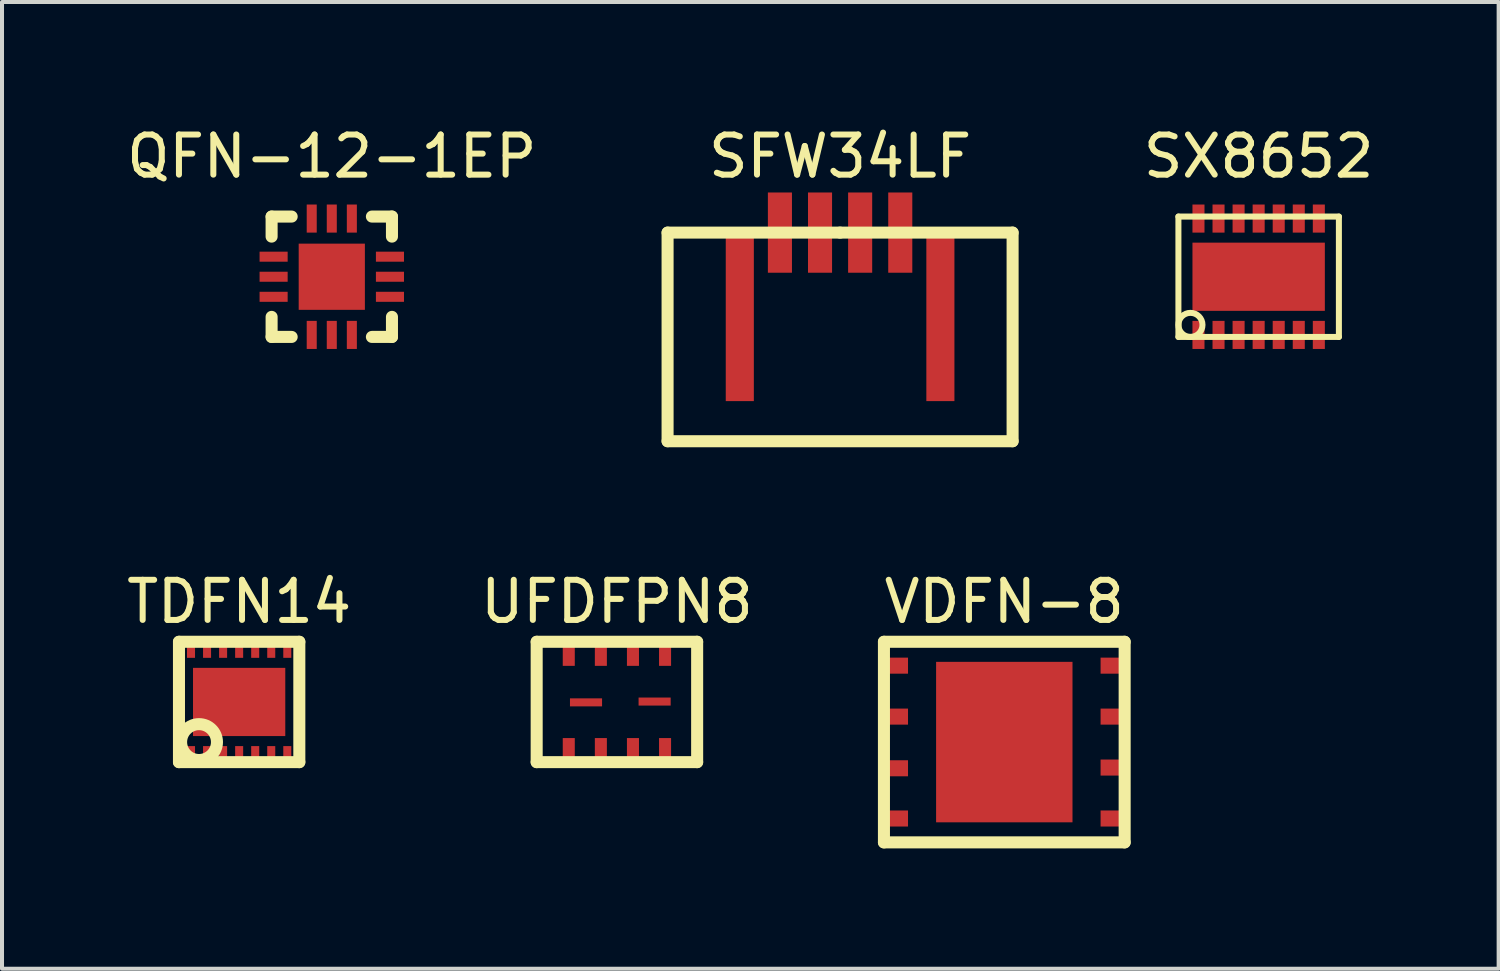
<source format=kicad_pcb>
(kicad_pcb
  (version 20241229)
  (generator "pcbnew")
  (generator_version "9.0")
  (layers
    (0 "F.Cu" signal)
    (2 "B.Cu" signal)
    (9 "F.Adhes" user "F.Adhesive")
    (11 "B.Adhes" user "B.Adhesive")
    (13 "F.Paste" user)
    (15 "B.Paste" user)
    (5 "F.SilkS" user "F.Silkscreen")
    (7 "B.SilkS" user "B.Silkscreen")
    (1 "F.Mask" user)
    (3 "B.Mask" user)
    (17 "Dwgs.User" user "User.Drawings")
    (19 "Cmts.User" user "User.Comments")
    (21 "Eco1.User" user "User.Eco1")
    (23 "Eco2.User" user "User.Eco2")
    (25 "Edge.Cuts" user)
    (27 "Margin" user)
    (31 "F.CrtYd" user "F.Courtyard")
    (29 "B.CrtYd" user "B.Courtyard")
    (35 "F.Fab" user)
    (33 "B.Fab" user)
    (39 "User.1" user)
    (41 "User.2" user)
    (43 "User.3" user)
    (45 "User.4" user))
  (footprint "SFW34LF"
    (layer "F.Cu")
    (at 17.89 5.348)
    (property "Reference" "SFW34LF" (at 0 -4.5 0) (layer "F.SilkS") (effects (font (size 1 1) (thickness 0.15))))
    (attr through_hole)
    (fp_line (start -4.3 -2.6) (end -4.3 2.6) (stroke (width 0.3) (type solid)) (layer "F.SilkS"))
    (fp_line (start -4.3 2.6) (end 4.3 2.6) (stroke (width 0.3) (type solid)) (layer "F.SilkS"))
    (fp_line (start 0 -2.6) (end -4.3 -2.6) (stroke (width 0.3) (type solid)) (layer "F.SilkS"))
    (fp_line (start 4.3 -2.6) (end 0 -2.6) (stroke (width 0.3) (type solid)) (layer "F.SilkS"))
    (fp_line (start 4.3 2.6) (end 4.3 -2.6) (stroke (width 0.3) (type solid)) (layer "F.SilkS"))
    (pad "" smd rect (at -2.5 -0.5) (size 0.7 4.2) (layers "F.Cu" "F.Mask" "F.Paste"))
    (pad "" smd rect (at 2.5 -0.5) (size 0.7 4.2) (layers "F.Cu" "F.Mask" "F.Paste"))
    (pad "1" smd rect (at 1.5 -2.6) (size 0.6 2) (layers "F.Cu" "F.Mask" "F.Paste"))
    (pad "2" smd rect (at 0.5 -2.6) (size 0.6 2) (layers "F.Cu" "F.Mask" "F.Paste"))
    (pad "3" smd rect (at -0.5 -2.6) (size 0.6 2) (layers "F.Cu" "F.Mask" "F.Paste"))
    (pad "4" smd rect (at -1.5 -2.6) (size 0.6 2) (layers "F.Cu" "F.Mask" "F.Paste")))
  (footprint "QFN-12-1EP"
    (layer "F.Cu")
    (at 5.22 3.848)
    (property "Reference" "QFN-12-1EP" (at 0 -3 0) (layer "F.SilkS") (effects (font (size 1 1) (thickness 0.15))))
    (attr through_hole)
    (fp_line (start -1.5 -1.5) (end -1.5 -1) (stroke (width 0.3) (type solid)) (layer "F.SilkS"))
    (fp_line (start -1.5 1) (end -1.5 1.5) (stroke (width 0.3) (type solid)) (layer "F.SilkS"))
    (fp_line (start -1.5 1.5) (end -1 1.5) (stroke (width 0.3) (type solid)) (layer "F.SilkS"))
    (fp_line (start -1 -1.5) (end -1.5 -1.5) (stroke (width 0.3) (type solid)) (layer "F.SilkS"))
    (fp_line (start 1 1.5) (end 1.5 1.5) (stroke (width 0.3) (type solid)) (layer "F.SilkS"))
    (fp_line (start 1.5 -1.5) (end 1 -1.5) (stroke (width 0.3) (type solid)) (layer "F.SilkS"))
    (fp_line (start 1.5 -1) (end 1.5 -1.5) (stroke (width 0.3) (type solid)) (layer "F.SilkS"))
    (fp_line (start 1.5 1.5) (end 1.5 1) (stroke (width 0.3) (type solid)) (layer "F.SilkS"))
    (pad "1" smd rect (at -1.45 -0.5) (size 0.7 0.25) (layers "F.Cu" "F.Mask" "F.Paste"))
    (pad "2" smd rect (at -1.45 0) (size 0.7 0.25) (layers "F.Cu" "F.Mask" "F.Paste"))
    (pad "3" smd rect (at -1.45 0.5) (size 0.7 0.25) (layers "F.Cu" "F.Mask" "F.Paste"))
    (pad "4" smd rect (at -0.5 1.45) (size 0.25 0.7) (layers "F.Cu" "F.Mask" "F.Paste"))
    (pad "5" smd rect (at 0 1.45) (size 0.25 0.7) (layers "F.Cu" "F.Mask" "F.Paste"))
    (pad "6" smd rect (at 0.5 1.45) (size 0.25 0.7) (layers "F.Cu" "F.Mask" "F.Paste"))
    (pad "7" smd rect (at 1.45 0.5) (size 0.7 0.25) (layers "F.Cu" "F.Mask" "F.Paste"))
    (pad "8" smd rect (at 1.45 0) (size 0.7 0.25) (layers "F.Cu" "F.Mask" "F.Paste"))
    (pad "9" smd rect (at 1.45 -0.5) (size 0.7 0.25) (layers "F.Cu" "F.Mask" "F.Paste"))
    (pad "10" smd rect (at 0.5 -1.45) (size 0.25 0.7) (layers "F.Cu" "F.Mask" "F.Paste"))
    (pad "11" smd rect (at 0 -1.45) (size 0.25 0.7) (layers "F.Cu" "F.Mask" "F.Paste"))
    (pad "12" smd rect (at -0.5 -1.45) (size 0.25 0.7) (layers "F.Cu" "F.Mask" "F.Paste"))
    (pad "13" smd rect (at 0 0) (size 1.65 1.65) (layers "F.Cu" "F.Mask" "F.Paste")))
  (footprint "TDFN14"
    (layer "F.Cu")
    (at 2.911 14.447)
    (property "Reference" "TDFN14" (at 0 -2.5 0) (layer "F.SilkS") (effects (font (size 1 1) (thickness 0.15))))
    (attr through_hole)
    (fp_line (start -1.5 -1.5) (end -1.5 1.5) (stroke (width 0.3) (type solid)) (layer "F.SilkS"))
    (fp_line (start -1.5 1.5) (end 1.5 1.5) (stroke (width 0.3) (type solid)) (layer "F.SilkS"))
    (fp_line (start 1.5 -1.5) (end -1.5 -1.5) (stroke (width 0.3) (type solid)) (layer "F.SilkS"))
    (fp_line (start 1.5 1.5) (end 1.5 -1.5) (stroke (width 0.3) (type solid)) (layer "F.SilkS"))
    (fp_circle (center -1 1) (end -0.6 0.8) (stroke (width 0.3) (type solid)) (fill no) (layer "F.SilkS"))
    (pad "1" smd rect (at -1.2 1.3) (size 0.2 0.4) (layers "F.Cu" "F.Mask" "F.Paste"))
    (pad "2" smd rect (at -0.8 1.3) (size 0.2 0.4) (layers "F.Cu" "F.Mask" "F.Paste"))
    (pad "3" smd rect (at -0.4 1.3) (size 0.2 0.4) (layers "F.Cu" "F.Mask" "F.Paste"))
    (pad "4" smd rect (at 0 1.3) (size 0.2 0.4) (layers "F.Cu" "F.Mask" "F.Paste"))
    (pad "5" smd rect (at 0.4 1.3) (size 0.2 0.4) (layers "F.Cu" "F.Mask" "F.Paste"))
    (pad "6" smd rect (at 0.8 1.3) (size 0.2 0.4) (layers "F.Cu" "F.Mask" "F.Paste"))
    (pad "7" smd rect (at 1.2 1.3) (size 0.2 0.4) (layers "F.Cu" "F.Mask" "F.Paste"))
    (pad "8" smd rect (at 1.2 -1.3) (size 0.2 0.4) (layers "F.Cu" "F.Mask" "F.Paste"))
    (pad "9" smd rect (at 0.8 -1.3) (size 0.2 0.4) (layers "F.Cu" "F.Mask" "F.Paste"))
    (pad "10" smd rect (at 0.4 -1.3) (size 0.2 0.4) (layers "F.Cu" "F.Mask" "F.Paste"))
    (pad "11" smd rect (at 0 -1.3) (size 0.2 0.4) (layers "F.Cu" "F.Mask" "F.Paste"))
    (pad "12" smd rect (at -0.4 -1.3) (size 0.2 0.4) (layers "F.Cu" "F.Mask" "F.Paste"))
    (pad "13" smd rect (at -0.8 -1.3) (size 0.2 0.4) (layers "F.Cu" "F.Mask" "F.Paste"))
    (pad "14" smd rect (at -1.2 -1.3) (size 0.2 0.4) (layers "F.Cu" "F.Mask" "F.Paste"))
    (pad "15" smd rect (at 0 0) (size 2.3 1.7) (layers "F.Cu" "F.Mask" "F.Paste")))
  (footprint "UFDFPN8"
    (layer "F.Cu")
    (at 12.327 14.447)
    (property "Reference" "UFDFPN8" (at 0 -2.5 0) (layer "F.SilkS") (effects (font (size 1 1) (thickness 0.15))))
    (attr through_hole)
    (fp_line (start -2 -1.5) (end -2 1.5) (stroke (width 0.3) (type solid)) (layer "F.SilkS"))
    (fp_line (start -2 1.5) (end 2 1.5) (stroke (width 0.3) (type solid)) (layer "F.SilkS"))
    (fp_line (start 2 -1.5) (end -2 -1.5) (stroke (width 0.3) (type solid)) (layer "F.SilkS"))
    (fp_line (start 2 1.5) (end 2 -1.5) (stroke (width 0.3) (type solid)) (layer "F.SilkS"))
    (pad "1" smd rect (at -1.2 1.2) (size 0.3 0.6) (layers "F.Cu" "F.Mask" "F.Paste"))
    (pad "2" smd rect (at -0.4 1.2) (size 0.3 0.6) (layers "F.Cu" "F.Mask" "F.Paste"))
    (pad "3" smd rect (at 0.4 1.2) (size 0.3 0.6) (layers "F.Cu" "F.Mask" "F.Paste"))
    (pad "4" smd rect (at 1.2 1.2) (size 0.3 0.6) (layers "F.Cu" "F.Mask" "F.Paste"))
    (pad "5" smd rect (at 1.2 -1.2) (size 0.3 0.6) (layers "F.Cu" "F.Mask" "F.Paste"))
    (pad "6" smd rect (at 0.4 -1.2) (size 0.3 0.6) (layers "F.Cu" "F.Mask" "F.Paste"))
    (pad "7" smd rect (at -0.4 -1.2) (size 0.3 0.6) (layers "F.Cu" "F.Mask" "F.Paste"))
    (pad "8" smd rect (at -1.2 -1.2) (size 0.3 0.6) (layers "F.Cu" "F.Mask" "F.Paste"))
    (pad "9" smd rect (at -0.77 0.01) (size 0.8 0.2) (layers "F.Cu" "F.Mask" "F.Paste"))
    (pad "9" smd rect (at 0.94 -0.01) (size 0.8 0.2) (layers "F.Cu" "F.Mask" "F.Paste")))
  (footprint "SX8652"
    (layer "F.Cu")
    (at 28.323 3.848)
    (property "Reference" "SX8652" (at 0 -3 0) (layer "F.SilkS") (effects (font (size 1 1) (thickness 0.15))))
    (attr through_hole)
    (fp_line (start -2 -1.5) (end -2 1.5) (stroke (width 0.15) (type solid)) (layer "F.SilkS"))
    (fp_line (start -2 1.5) (end 2 1.5) (stroke (width 0.15) (type solid)) (layer "F.SilkS"))
    (fp_line (start 2 -1.5) (end -2 -1.5) (stroke (width 0.15) (type solid)) (layer "F.SilkS"))
    (fp_line (start 2 1.5) (end 2 -1.5) (stroke (width 0.15) (type solid)) (layer "F.SilkS"))
    (fp_circle (center -1.7 1.2) (end -1.4 1.2) (stroke (width 0.15) (type solid)) (fill no) (layer "F.SilkS"))
    (pad "1" smd rect (at -1.5 1.45) (size 0.3 0.7) (layers "F.Cu" "F.Mask" "F.Paste"))
    (pad "2" smd rect (at -1 1.45) (size 0.3 0.7) (layers "F.Cu" "F.Mask" "F.Paste"))
    (pad "3" smd rect (at -0.5 1.45) (size 0.3 0.7) (layers "F.Cu" "F.Mask" "F.Paste"))
    (pad "4" smd rect (at 0 1.45) (size 0.3 0.7) (layers "F.Cu" "F.Mask" "F.Paste"))
    (pad "5" smd rect (at 0.5 1.45) (size 0.3 0.7) (layers "F.Cu" "F.Mask" "F.Paste"))
    (pad "6" smd rect (at 1 1.45) (size 0.3 0.7) (layers "F.Cu" "F.Mask" "F.Paste"))
    (pad "7" smd rect (at 1.5 1.45) (size 0.3 0.7) (layers "F.Cu" "F.Mask" "F.Paste"))
    (pad "8" smd rect (at 1.5 -1.45) (size 0.3 0.7) (layers "F.Cu" "F.Mask" "F.Paste"))
    (pad "9" smd rect (at 1 -1.45) (size 0.3 0.7) (layers "F.Cu" "F.Mask" "F.Paste"))
    (pad "10" smd rect (at 0.5 -1.45) (size 0.3 0.7) (layers "F.Cu" "F.Mask" "F.Paste"))
    (pad "11" smd rect (at 0 -1.45) (size 0.3 0.7) (layers "F.Cu" "F.Mask" "F.Paste"))
    (pad "12" smd rect (at -0.5 -1.45) (size 0.3 0.7) (layers "F.Cu" "F.Mask" "F.Paste"))
    (pad "13" smd rect (at -1 -1.45) (size 0.3 0.7) (layers "F.Cu" "F.Mask" "F.Paste"))
    (pad "14" smd rect (at -1.5 -1.45) (size 0.3 0.7) (layers "F.Cu" "F.Mask" "F.Paste"))
    (pad "15" smd rect (at 0 0) (size 3.3 1.7) (layers "F.Cu" "F.Mask" "F.Paste")))
  (footprint "VDFN-8"
    (layer "F.Cu")
    (at 21.983 15.447)
    (property "Reference" "VDFN-8" (at 0 -3.5 0) (layer "F.SilkS") (effects (font (size 1 1) (thickness 0.15))))
    (attr through_hole)
    (fp_line (start -3 -2.5) (end -3 2.5) (stroke (width 0.3) (type solid)) (layer "F.SilkS"))
    (fp_line (start -3 2.5) (end 3 2.5) (stroke (width 0.3) (type solid)) (layer "F.SilkS"))
    (fp_line (start 3 -2.5) (end -3 -2.5) (stroke (width 0.3) (type solid)) (layer "F.SilkS"))
    (fp_line (start 3 2.5) (end 3 -2.5) (stroke (width 0.3) (type solid)) (layer "F.SilkS"))
    (pad "1" smd rect (at -2.7 -1.905) (size 0.6 0.4) (layers "F.Cu" "F.Mask" "F.Paste"))
    (pad "2" smd rect (at -2.7 -0.635) (size 0.6 0.4) (layers "F.Cu" "F.Mask" "F.Paste"))
    (pad "3" smd rect (at -2.7 0.653) (size 0.6 0.4) (layers "F.Cu" "F.Mask" "F.Paste"))
    (pad "4" smd rect (at -2.7 1.905) (size 0.6 0.4) (layers "F.Cu" "F.Mask" "F.Paste"))
    (pad "5" smd rect (at 2.7 1.905) (size 0.6 0.4) (layers "F.Cu" "F.Mask" "F.Paste"))
    (pad "6" smd rect (at 2.7 0.635) (size 0.6 0.4) (layers "F.Cu" "F.Mask" "F.Paste"))
    (pad "7" smd rect (at 2.7 -0.635) (size 0.6 0.4) (layers "F.Cu" "F.Mask" "F.Paste"))
    (pad "8" smd rect (at 2.7 -1.905) (size 0.6 0.4) (layers "F.Cu" "F.Mask" "F.Paste"))
    (pad "9" smd rect (at 0 0) (size 3.4 4) (layers "F.Cu" "F.Mask" "F.Paste")))
  (gr_rect
    (start -3 -3)
    (end 34.305 21.096)
    (stroke (width 0.1) (type default))
    (fill no)
    (layer "Edge.Cuts")))
</source>
